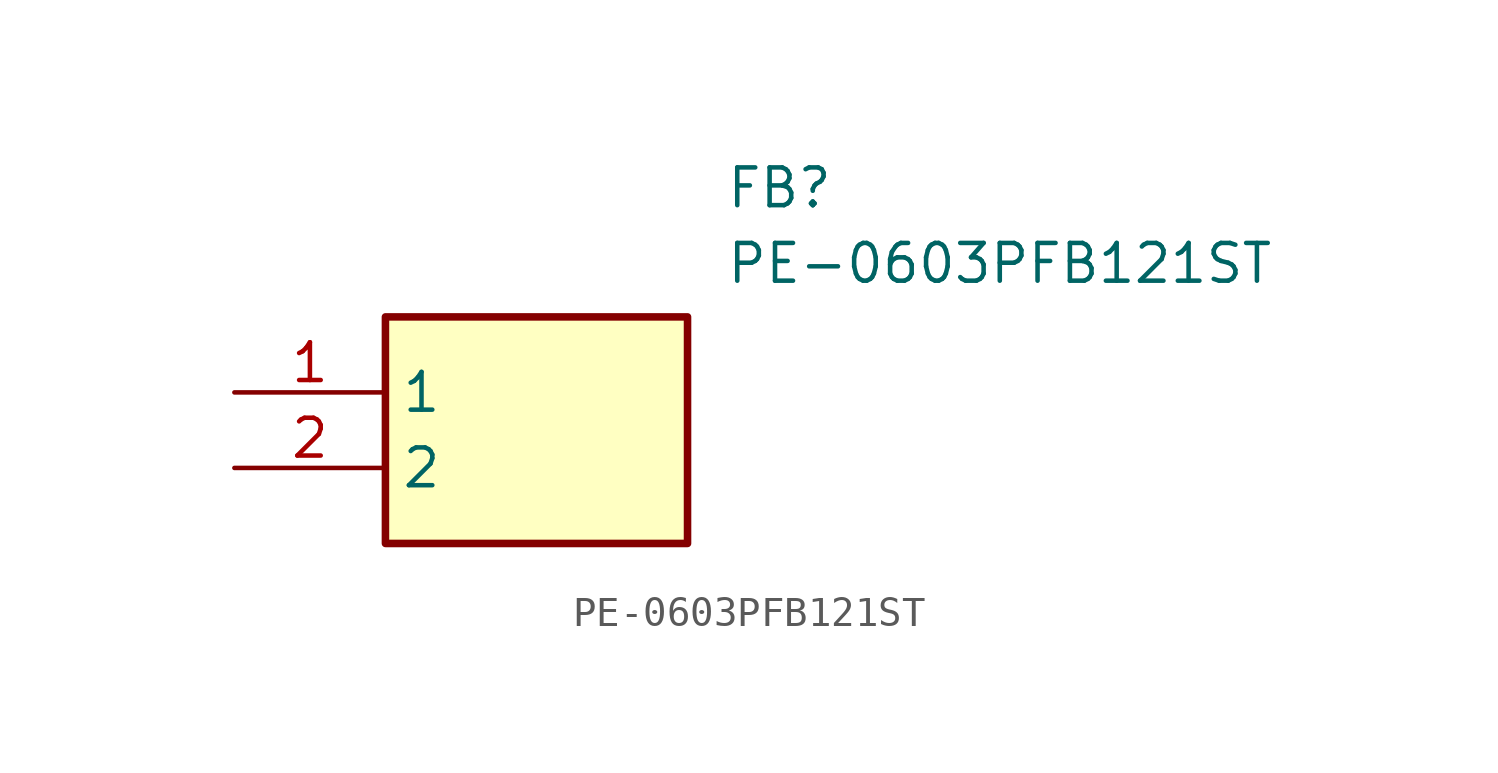
<source format=kicad_sym>
(kicad_symbol_lib
  (version 20211014)
  (generator SamacSys_ECAD_Model)
  (symbol "PE-0603PFB121ST"
    (property "Reference" "FB"
      (at 16.51 7.62 0)
      (effects (font (size 1.27 1.27)) (justify left top)))
    (property "Value" "PE-0603PFB121ST"
      (at 16.51 5.08 0)
      (effects (font (size 1.27 1.27)) (justify left top)))
    (rectangle
      (start 5.08 2.54)
      (end 15.24 -5.08)
      (stroke (width 0.254) (type default))
      (fill (type background)))
    (pin passive line
      (at 0 0 0)
      (length 5.08)
      (name "1" (effects (font (size 1.27 1.27))))
      (number "1" (effects (font (size 1.27 1.27)))))
    (pin passive line
      (at 0 -2.54 0)
      (length 5.08)
      (name "2" (effects (font (size 1.27 1.27))))
      (number "2" (effects (font (size 1.27 1.27)))))))
</source>
